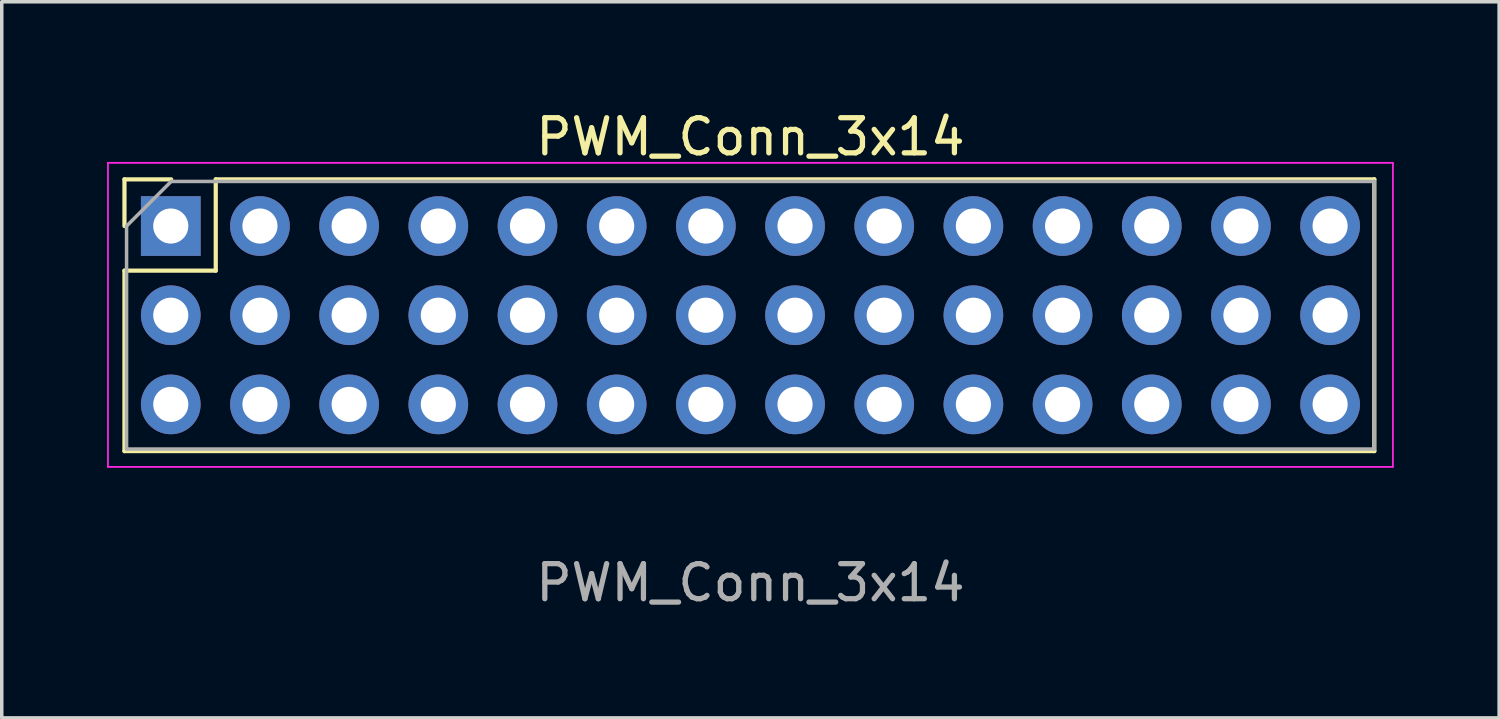
<source format=kicad_pcb>
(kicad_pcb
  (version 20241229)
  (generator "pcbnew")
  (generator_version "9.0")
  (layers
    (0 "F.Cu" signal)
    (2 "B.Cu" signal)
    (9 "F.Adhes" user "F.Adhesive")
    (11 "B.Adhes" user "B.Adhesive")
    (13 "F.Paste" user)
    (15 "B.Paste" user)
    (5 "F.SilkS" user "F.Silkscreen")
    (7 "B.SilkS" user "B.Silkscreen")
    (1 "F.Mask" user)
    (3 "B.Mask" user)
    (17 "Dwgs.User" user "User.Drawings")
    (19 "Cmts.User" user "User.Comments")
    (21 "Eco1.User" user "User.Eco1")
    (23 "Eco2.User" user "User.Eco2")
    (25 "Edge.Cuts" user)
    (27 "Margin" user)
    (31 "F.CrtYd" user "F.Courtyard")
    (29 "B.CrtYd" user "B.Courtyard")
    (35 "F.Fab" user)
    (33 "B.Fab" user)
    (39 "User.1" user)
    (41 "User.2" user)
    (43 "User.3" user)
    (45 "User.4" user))
  (footprint "PWM_Conn_3x14"
    (layer "F.Cu")
    (at 18.324 5.928)
    (property "Reference" "PWM_Conn_3x14" (at 0 -5.08 0) (unlocked yes) (layer "F.SilkS") (effects (font (size 1 1) (thickness 0.15))))
    (attr through_hole)
    (fp_line (start -17.829 -3.87) (end -16.499 -3.87) (stroke (width 0.12) (type solid)) (layer "F.SilkS"))
    (fp_line (start -17.829 -2.54) (end -17.829 -3.87) (stroke (width 0.12) (type solid)) (layer "F.SilkS"))
    (fp_line (start -17.829 -1.27) (end -17.829 3.87) (stroke (width 0.12) (type solid)) (layer "F.SilkS"))
    (fp_line (start -17.829 -1.27) (end -15.229 -1.27) (stroke (width 0.12) (type solid)) (layer "F.SilkS"))
    (fp_line (start -17.829 3.87) (end 17.769 3.87) (stroke (width 0.12) (type solid)) (layer "F.SilkS"))
    (fp_line (start -15.229 -3.87) (end 17.769 -3.87) (stroke (width 0.12) (type solid)) (layer "F.SilkS"))
    (fp_line (start -15.229 -1.27) (end -15.229 -3.87) (stroke (width 0.12) (type solid)) (layer "F.SilkS"))
    (fp_line (start 17.769 -3.87) (end 17.769 3.87) (stroke (width 0.12) (type solid)) (layer "F.SilkS"))
    (fp_line (start -18.299 -4.34) (end -18.299 4.32) (stroke (width 0.05) (type solid)) (layer "F.CrtYd"))
    (fp_line (start -18.299 4.32) (end 18.299 4.32) (stroke (width 0.05) (type solid)) (layer "F.CrtYd"))
    (fp_line (start 18.299 -4.34) (end -18.299 -4.34) (stroke (width 0.05) (type solid)) (layer "F.CrtYd"))
    (fp_line (start 18.299 4.32) (end 18.299 -4.34) (stroke (width 0.05) (type solid)) (layer "F.CrtYd"))
    (fp_line (start -17.769 -2.54) (end -16.499 -3.81) (stroke (width 0.1) (type solid)) (layer "F.Fab"))
    (fp_line (start -17.769 3.81) (end -17.769 -2.54) (stroke (width 0.1) (type solid)) (layer "F.Fab"))
    (fp_line (start -16.499 -3.81) (end 17.769 -3.81) (stroke (width 0.1) (type solid)) (layer "F.Fab"))
    (fp_line (start 17.769 -3.81) (end 17.769 3.81) (stroke (width 0.1) (type solid)) (layer "F.Fab"))
    (fp_line (start 17.769 3.81) (end -17.769 3.81) (stroke (width 0.1) (type solid)) (layer "F.Fab"))
    (fp_text user "${REFERENCE}" (at 0 7.62 180) (layer "F.Fab") (effects (font (size 1 1) (thickness 0.15))))
    (pad "1" thru_hole rect (at -16.51 -2.54) (size 1.7 1.7) (drill 1) (layers "*.Cu" "*.Mask"))
    (pad "2" thru_hole oval (at -13.97 -2.54) (size 1.7 1.7) (drill 1) (layers "*.Cu" "*.Mask"))
    (pad "3" thru_hole oval (at -11.43 -2.54) (size 1.7 1.7) (drill 1) (layers "*.Cu" "*.Mask"))
    (pad "4" thru_hole oval (at -8.89 -2.54) (size 1.7 1.7) (drill 1) (layers "*.Cu" "*.Mask"))
    (pad "5" thru_hole oval (at -6.35 -2.54) (size 1.7 1.7) (drill 1) (layers "*.Cu" "*.Mask"))
    (pad "6" thru_hole oval (at -3.81 -2.54) (size 1.7 1.7) (drill 1) (layers "*.Cu" "*.Mask"))
    (pad "7" thru_hole oval (at -1.27 -2.54) (size 1.7 1.7) (drill 1) (layers "*.Cu" "*.Mask"))
    (pad "8" thru_hole oval (at 1.27 -2.54) (size 1.7 1.7) (drill 1) (layers "*.Cu" "*.Mask"))
    (pad "9" thru_hole oval (at 3.81 -2.54) (size 1.7 1.7) (drill 1) (layers "*.Cu" "*.Mask"))
    (pad "10" thru_hole oval (at 6.35 -2.54) (size 1.7 1.7) (drill 1) (layers "*.Cu" "*.Mask"))
    (pad "11" thru_hole oval (at 8.89 -2.54) (size 1.7 1.7) (drill 1) (layers "*.Cu" "*.Mask"))
    (pad "12" thru_hole oval (at 11.43 -2.54) (size 1.7 1.7) (drill 1) (layers "*.Cu" "*.Mask"))
    (pad "13" thru_hole oval (at 13.97 -2.54) (size 1.7 1.7) (drill 1) (layers "*.Cu" "*.Mask"))
    (pad "14" thru_hole oval (at 16.51 -2.54) (size 1.7 1.7) (drill 1) (layers "*.Cu" "*.Mask"))
    (pad "15" thru_hole oval (at -16.51 0) (size 1.7 1.7) (drill 1) (layers "*.Cu" "*.Mask"))
    (pad "15" thru_hole oval (at -13.97 0) (size 1.7 1.7) (drill 1) (layers "*.Cu" "*.Mask"))
    (pad "15" thru_hole oval (at -11.43 0) (size 1.7 1.7) (drill 1) (layers "*.Cu" "*.Mask"))
    (pad "15" thru_hole oval (at -8.89 0) (size 1.7 1.7) (drill 1) (layers "*.Cu" "*.Mask"))
    (pad "15" thru_hole oval (at -6.35 0) (size 1.7 1.7) (drill 1) (layers "*.Cu" "*.Mask"))
    (pad "15" thru_hole oval (at -3.81 0) (size 1.7 1.7) (drill 1) (layers "*.Cu" "*.Mask"))
    (pad "16" thru_hole oval (at -1.27 0) (size 1.7 1.7) (drill 1) (layers "*.Cu" "*.Mask"))
    (pad "16" thru_hole oval (at 1.27 0) (size 1.7 1.7) (drill 1) (layers "*.Cu" "*.Mask"))
    (pad "16" thru_hole oval (at 3.81 0) (size 1.7 1.7) (drill 1) (layers "*.Cu" "*.Mask"))
    (pad "16" thru_hole oval (at 6.35 0) (size 1.7 1.7) (drill 1) (layers "*.Cu" "*.Mask"))
    (pad "16" thru_hole oval (at 8.89 0) (size 1.7 1.7) (drill 1) (layers "*.Cu" "*.Mask"))
    (pad "16" thru_hole oval (at 11.43 0) (size 1.7 1.7) (drill 1) (layers "*.Cu" "*.Mask"))
    (pad "17" thru_hole oval (at 13.97 0) (size 1.7 1.7) (drill 1) (layers "*.Cu" "*.Mask"))
    (pad "18" thru_hole oval (at 16.51 0) (size 1.7 1.7) (drill 1) (layers "*.Cu" "*.Mask"))
    (pad "19" thru_hole oval (at -16.51 2.54) (size 1.7 1.7) (drill 1) (layers "*.Cu" "*.Mask"))
    (pad "19" thru_hole oval (at -13.97 2.54) (size 1.7 1.7) (drill 1) (layers "*.Cu" "*.Mask"))
    (pad "19" thru_hole oval (at -11.43 2.54) (size 1.7 1.7) (drill 1) (layers "*.Cu" "*.Mask"))
    (pad "19" thru_hole oval (at -8.89 2.54) (size 1.7 1.7) (drill 1) (layers "*.Cu" "*.Mask"))
    (pad "19" thru_hole oval (at -6.35 2.54) (size 1.7 1.7) (drill 1) (layers "*.Cu" "*.Mask"))
    (pad "19" thru_hole oval (at -3.81 2.54) (size 1.7 1.7) (drill 1) (layers "*.Cu" "*.Mask"))
    (pad "19" thru_hole oval (at -1.27 2.54) (size 1.7 1.7) (drill 1) (layers "*.Cu" "*.Mask"))
    (pad "19" thru_hole oval (at 1.27 2.54) (size 1.7 1.7) (drill 1) (layers "*.Cu" "*.Mask"))
    (pad "19" thru_hole oval (at 3.81 2.54) (size 1.7 1.7) (drill 1) (layers "*.Cu" "*.Mask"))
    (pad "19" thru_hole oval (at 6.35 2.54) (size 1.7 1.7) (drill 1) (layers "*.Cu" "*.Mask"))
    (pad "19" thru_hole oval (at 8.89 2.54) (size 1.7 1.7) (drill 1) (layers "*.Cu" "*.Mask"))
    (pad "19" thru_hole oval (at 11.43 2.54) (size 1.7 1.7) (drill 1) (layers "*.Cu" "*.Mask"))
    (pad "19" thru_hole oval (at 13.97 2.54) (size 1.7 1.7) (drill 1) (layers "*.Cu" "*.Mask"))
    (pad "19" thru_hole oval (at 16.51 2.54) (size 1.7 1.7) (drill 1) (layers "*.Cu" "*.Mask")))
  (gr_rect
    (start -3 -3)
    (end 39.648 17.396)
    (stroke (width 0.1) (type default))
    (fill no)
    (layer "Edge.Cuts")))
</source>
